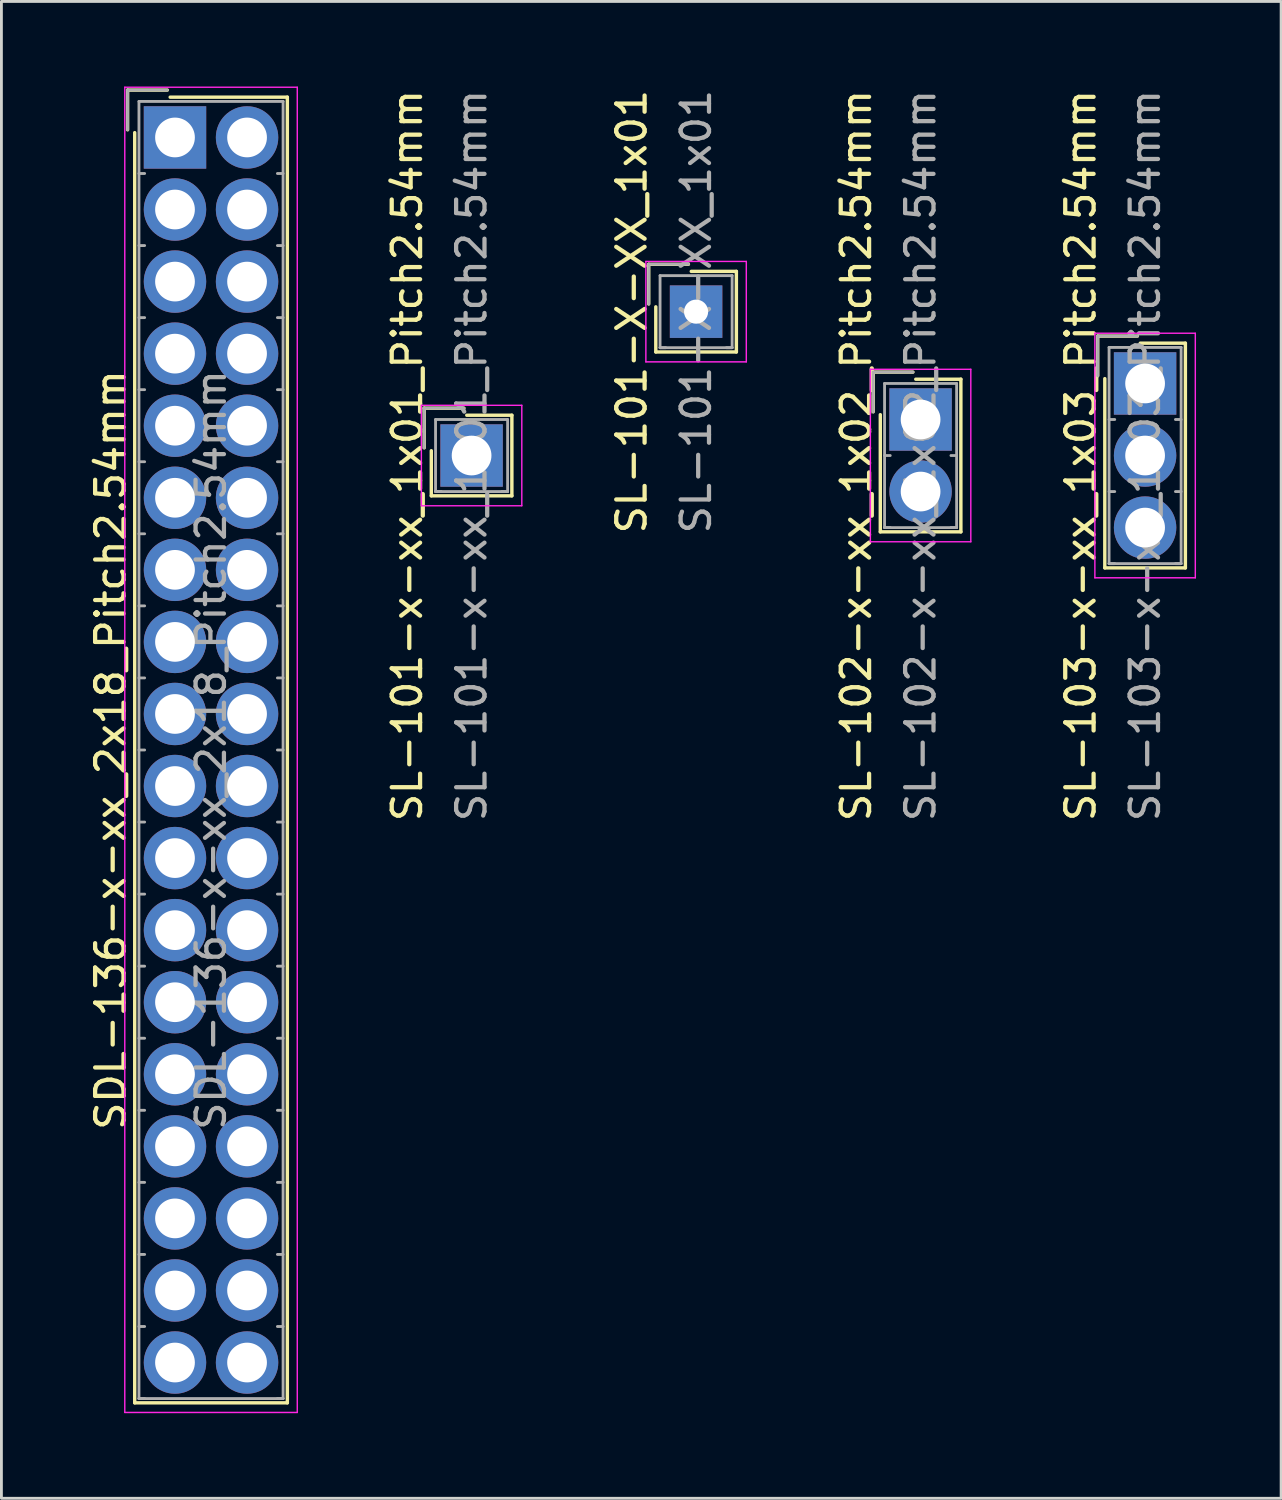
<source format=kicad_pcb>
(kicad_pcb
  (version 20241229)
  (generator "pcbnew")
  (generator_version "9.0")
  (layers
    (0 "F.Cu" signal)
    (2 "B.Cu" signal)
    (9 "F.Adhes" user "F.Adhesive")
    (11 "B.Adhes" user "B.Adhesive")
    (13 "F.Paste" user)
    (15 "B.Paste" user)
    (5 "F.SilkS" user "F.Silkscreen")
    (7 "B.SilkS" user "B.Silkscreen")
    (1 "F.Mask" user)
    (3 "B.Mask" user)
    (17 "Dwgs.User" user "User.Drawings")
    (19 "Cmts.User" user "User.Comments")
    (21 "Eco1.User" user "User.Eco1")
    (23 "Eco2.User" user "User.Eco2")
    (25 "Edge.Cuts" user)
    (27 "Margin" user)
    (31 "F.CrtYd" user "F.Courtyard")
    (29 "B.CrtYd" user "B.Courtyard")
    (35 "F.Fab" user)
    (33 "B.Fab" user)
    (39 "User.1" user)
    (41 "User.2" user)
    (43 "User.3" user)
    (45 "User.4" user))
  (footprint "SL-101-X-XX_1x01"
    (layer "F.Cu")
    (at 21.485 7.935)
    (property "Reference" "SL-101-X-XX_1x01" (at -2.27 0 90) (layer "F.SilkS") (effects (font (size 1 1) (thickness 0.15))))
    (attr through_hole)
    (fp_line (start -1.67 -1.67) (end -1.67 -0.27) (stroke (width 0.12) (type solid)) (layer "F.SilkS"))
    (fp_line (start -1.42 1.42) (end -1.42 -0.17) (stroke (width 0.12) (type solid)) (layer "F.SilkS"))
    (fp_line (start -0.27 -1.67) (end -1.67 -1.67) (stroke (width 0.12) (type solid)) (layer "F.SilkS"))
    (fp_line (start -0.17 -1.42) (end 1.42 -1.42) (stroke (width 0.12) (type solid)) (layer "F.SilkS"))
    (fp_line (start 1.42 -1.42) (end 1.42 1.42) (stroke (width 0.12) (type solid)) (layer "F.SilkS"))
    (fp_line (start 1.42 1.42) (end -1.42 1.42) (stroke (width 0.12) (type solid)) (layer "F.SilkS"))
    (fp_line (start -1.77 -1.77) (end -1.77 1.77) (stroke (width 0.05) (type solid)) (layer "F.CrtYd"))
    (fp_line (start -1.77 1.77) (end 1.77 1.77) (stroke (width 0.05) (type solid)) (layer "F.CrtYd"))
    (fp_line (start 1.77 -1.77) (end -1.77 -1.77) (stroke (width 0.05) (type solid)) (layer "F.CrtYd"))
    (fp_line (start 1.77 1.77) (end 1.77 -1.77) (stroke (width 0.05) (type solid)) (layer "F.CrtYd"))
    (fp_line (start -1.67 -1.67) (end -1.67 -0.27) (stroke (width 0.1) (type solid)) (layer "F.Fab"))
    (fp_line (start -1.27 -1.27) (end -1.27 1.27) (stroke (width 0.1) (type solid)) (layer "F.Fab"))
    (fp_line (start -1.27 1.27) (end -1.07 1.27) (stroke (width 0.1) (type solid)) (layer "F.Fab"))
    (fp_line (start -1.27 1.27) (end 1.27 1.27) (stroke (width 0.1) (type solid)) (layer "F.Fab"))
    (fp_line (start -0.27 -1.67) (end -1.67 -1.67) (stroke (width 0.1) (type solid)) (layer "F.Fab"))
    (fp_line (start 1.27 -1.27) (end -1.27 -1.27) (stroke (width 0.1) (type solid)) (layer "F.Fab"))
    (fp_line (start 1.27 1.27) (end 1.07 1.27) (stroke (width 0.1) (type solid)) (layer "F.Fab"))
    (fp_line (start 1.27 1.27) (end 1.27 -1.27) (stroke (width 0.1) (type solid)) (layer "F.Fab"))
    (fp_text user "${REFERENCE}" (at 0 0 90) (layer "F.Fab") (effects (font (size 1 1) (thickness 0.15))))
    (pad "1" thru_hole rect (at 0 0) (size 1.85 1.85) (drill 0.85) (layers "*.Cu" "*.Mask")))
  (footprint "SDL-136-x-xx_2x18_Pitch2.54mm"
    (layer "F.Cu")
    (at 3.118 1.795)
    (property "Reference" "SDL-136-x-xx_2x18_Pitch2.54mm" (at -2.27 21.59 90) (layer "F.SilkS") (effects (font (size 1 1) (thickness 0.15))))
    (attr through_hole)
    (fp_line (start -1.67 -1.67) (end -1.67 -0.27) (stroke (width 0.12) (type solid)) (layer "F.SilkS"))
    (fp_line (start -1.42 44.6) (end -1.42 -0.17) (stroke (width 0.12) (type solid)) (layer "F.SilkS"))
    (fp_line (start -0.27 -1.67) (end -1.67 -1.67) (stroke (width 0.12) (type solid)) (layer "F.SilkS"))
    (fp_line (start -0.17 -1.42) (end 3.96 -1.42) (stroke (width 0.12) (type solid)) (layer "F.SilkS"))
    (fp_line (start 3.96 -1.42) (end 3.96 44.6) (stroke (width 0.12) (type solid)) (layer "F.SilkS"))
    (fp_line (start 3.96 44.6) (end -1.42 44.6) (stroke (width 0.12) (type solid)) (layer "F.SilkS"))
    (fp_line (start -1.77 -1.77) (end -1.77 44.94) (stroke (width 0.05) (type solid)) (layer "F.CrtYd"))
    (fp_line (start -1.77 44.94) (end 4.31 44.94) (stroke (width 0.05) (type solid)) (layer "F.CrtYd"))
    (fp_line (start 4.31 -1.77) (end -1.77 -1.77) (stroke (width 0.05) (type solid)) (layer "F.CrtYd"))
    (fp_line (start 4.31 44.94) (end 4.31 -1.77) (stroke (width 0.05) (type solid)) (layer "F.CrtYd"))
    (fp_line (start -1.67 -1.67) (end -1.67 -0.27) (stroke (width 0.1) (type solid)) (layer "F.Fab"))
    (fp_line (start -1.27 -1.27) (end -1.27 44.45) (stroke (width 0.1) (type solid)) (layer "F.Fab"))
    (fp_line (start -1.27 1.27) (end -1.07 1.27) (stroke (width 0.1) (type solid)) (layer "F.Fab"))
    (fp_line (start -1.27 3.81) (end -1.07 3.81) (stroke (width 0.1) (type solid)) (layer "F.Fab"))
    (fp_line (start -1.27 6.35) (end -1.07 6.35) (stroke (width 0.1) (type solid)) (layer "F.Fab"))
    (fp_line (start -1.27 8.89) (end -1.07 8.89) (stroke (width 0.1) (type solid)) (layer "F.Fab"))
    (fp_line (start -1.27 11.43) (end -1.07 11.43) (stroke (width 0.1) (type solid)) (layer "F.Fab"))
    (fp_line (start -1.27 13.97) (end -1.07 13.97) (stroke (width 0.1) (type solid)) (layer "F.Fab"))
    (fp_line (start -1.27 16.51) (end -1.07 16.51) (stroke (width 0.1) (type solid)) (layer "F.Fab"))
    (fp_line (start -1.27 19.05) (end -1.07 19.05) (stroke (width 0.1) (type solid)) (layer "F.Fab"))
    (fp_line (start -1.27 21.59) (end -1.07 21.59) (stroke (width 0.1) (type solid)) (layer "F.Fab"))
    (fp_line (start -1.27 24.13) (end -1.07 24.13) (stroke (width 0.1) (type solid)) (layer "F.Fab"))
    (fp_line (start -1.27 26.67) (end -1.07 26.67) (stroke (width 0.1) (type solid)) (layer "F.Fab"))
    (fp_line (start -1.27 29.21) (end -1.07 29.21) (stroke (width 0.1) (type solid)) (layer "F.Fab"))
    (fp_line (start -1.27 31.75) (end -1.07 31.75) (stroke (width 0.1) (type solid)) (layer "F.Fab"))
    (fp_line (start -1.27 34.29) (end -1.07 34.29) (stroke (width 0.1) (type solid)) (layer "F.Fab"))
    (fp_line (start -1.27 36.83) (end -1.07 36.83) (stroke (width 0.1) (type solid)) (layer "F.Fab"))
    (fp_line (start -1.27 39.37) (end -1.07 39.37) (stroke (width 0.1) (type solid)) (layer "F.Fab"))
    (fp_line (start -1.27 41.91) (end -1.07 41.91) (stroke (width 0.1) (type solid)) (layer "F.Fab"))
    (fp_line (start -1.27 44.45) (end -1.07 44.45) (stroke (width 0.1) (type solid)) (layer "F.Fab"))
    (fp_line (start -1.27 44.45) (end 3.81 44.45) (stroke (width 0.1) (type solid)) (layer "F.Fab"))
    (fp_line (start -0.27 -1.67) (end -1.67 -1.67) (stroke (width 0.1) (type solid)) (layer "F.Fab"))
    (fp_line (start 3.81 -1.27) (end -1.27 -1.27) (stroke (width 0.1) (type solid)) (layer "F.Fab"))
    (fp_line (start 3.81 1.27) (end 3.61 1.27) (stroke (width 0.1) (type solid)) (layer "F.Fab"))
    (fp_line (start 3.81 3.81) (end 3.61 3.81) (stroke (width 0.1) (type solid)) (layer "F.Fab"))
    (fp_line (start 3.81 6.35) (end 3.61 6.35) (stroke (width 0.1) (type solid)) (layer "F.Fab"))
    (fp_line (start 3.81 8.89) (end 3.61 8.89) (stroke (width 0.1) (type solid)) (layer "F.Fab"))
    (fp_line (start 3.81 11.43) (end 3.61 11.43) (stroke (width 0.1) (type solid)) (layer "F.Fab"))
    (fp_line (start 3.81 13.97) (end 3.61 13.97) (stroke (width 0.1) (type solid)) (layer "F.Fab"))
    (fp_line (start 3.81 16.51) (end 3.61 16.51) (stroke (width 0.1) (type solid)) (layer "F.Fab"))
    (fp_line (start 3.81 19.05) (end 3.61 19.05) (stroke (width 0.1) (type solid)) (layer "F.Fab"))
    (fp_line (start 3.81 21.59) (end 3.61 21.59) (stroke (width 0.1) (type solid)) (layer "F.Fab"))
    (fp_line (start 3.81 24.13) (end 3.61 24.13) (stroke (width 0.1) (type solid)) (layer "F.Fab"))
    (fp_line (start 3.81 26.67) (end 3.61 26.67) (stroke (width 0.1) (type solid)) (layer "F.Fab"))
    (fp_line (start 3.81 29.21) (end 3.61 29.21) (stroke (width 0.1) (type solid)) (layer "F.Fab"))
    (fp_line (start 3.81 31.75) (end 3.61 31.75) (stroke (width 0.1) (type solid)) (layer "F.Fab"))
    (fp_line (start 3.81 34.29) (end 3.61 34.29) (stroke (width 0.1) (type solid)) (layer "F.Fab"))
    (fp_line (start 3.81 36.83) (end 3.61 36.83) (stroke (width 0.1) (type solid)) (layer "F.Fab"))
    (fp_line (start 3.81 39.37) (end 3.61 39.37) (stroke (width 0.1) (type solid)) (layer "F.Fab"))
    (fp_line (start 3.81 41.91) (end 3.61 41.91) (stroke (width 0.1) (type solid)) (layer "F.Fab"))
    (fp_line (start 3.81 44.45) (end 3.61 44.45) (stroke (width 0.1) (type solid)) (layer "F.Fab"))
    (fp_line (start 3.81 44.45) (end 3.81 -1.27) (stroke (width 0.1) (type solid)) (layer "F.Fab"))
    (fp_text user "${REFERENCE}" (at 1.27 21.59 90) (layer "F.Fab") (effects (font (size 1 1) (thickness 0.15))))
    (pad "1" thru_hole rect (at 0 0) (size 2.2 2.2) (drill 1.4) (layers "*.Cu" "*.Mask"))
    (pad "2" thru_hole circle (at 2.54 0) (size 2.2 2.2) (drill 1.4) (layers "*.Cu" "*.Mask"))
    (pad "3" thru_hole circle (at 0 2.54) (size 2.2 2.2) (drill 1.4) (layers "*.Cu" "*.Mask"))
    (pad "4" thru_hole circle (at 2.54 2.54) (size 2.2 2.2) (drill 1.4) (layers "*.Cu" "*.Mask"))
    (pad "5" thru_hole circle (at 0 5.08) (size 2.2 2.2) (drill 1.4) (layers "*.Cu" "*.Mask"))
    (pad "6" thru_hole circle (at 2.54 5.08) (size 2.2 2.2) (drill 1.4) (layers "*.Cu" "*.Mask"))
    (pad "7" thru_hole circle (at 0 7.62) (size 2.2 2.2) (drill 1.4) (layers "*.Cu" "*.Mask"))
    (pad "8" thru_hole circle (at 2.54 7.62) (size 2.2 2.2) (drill 1.4) (layers "*.Cu" "*.Mask"))
    (pad "9" thru_hole circle (at 0 10.16) (size 2.2 2.2) (drill 1.4) (layers "*.Cu" "*.Mask"))
    (pad "10" thru_hole circle (at 2.54 10.16) (size 2.2 2.2) (drill 1.4) (layers "*.Cu" "*.Mask"))
    (pad "11" thru_hole circle (at 0 12.7) (size 2.2 2.2) (drill 1.4) (layers "*.Cu" "*.Mask"))
    (pad "12" thru_hole circle (at 2.54 12.7) (size 2.2 2.2) (drill 1.4) (layers "*.Cu" "*.Mask"))
    (pad "13" thru_hole circle (at 0 15.24) (size 2.2 2.2) (drill 1.4) (layers "*.Cu" "*.Mask"))
    (pad "14" thru_hole circle (at 2.54 15.24) (size 2.2 2.2) (drill 1.4) (layers "*.Cu" "*.Mask"))
    (pad "15" thru_hole circle (at 0 17.78) (size 2.2 2.2) (drill 1.4) (layers "*.Cu" "*.Mask"))
    (pad "16" thru_hole circle (at 2.54 17.78) (size 2.2 2.2) (drill 1.4) (layers "*.Cu" "*.Mask"))
    (pad "17" thru_hole circle (at 0 20.32) (size 2.2 2.2) (drill 1.4) (layers "*.Cu" "*.Mask"))
    (pad "18" thru_hole circle (at 2.54 20.32) (size 2.2 2.2) (drill 1.4) (layers "*.Cu" "*.Mask"))
    (pad "19" thru_hole circle (at 0 22.86) (size 2.2 2.2) (drill 1.4) (layers "*.Cu" "*.Mask"))
    (pad "20" thru_hole circle (at 2.54 22.86) (size 2.2 2.2) (drill 1.4) (layers "*.Cu" "*.Mask"))
    (pad "21" thru_hole circle (at 0 25.4) (size 2.2 2.2) (drill 1.4) (layers "*.Cu" "*.Mask"))
    (pad "22" thru_hole circle (at 2.54 25.4) (size 2.2 2.2) (drill 1.4) (layers "*.Cu" "*.Mask"))
    (pad "23" thru_hole circle (at 0 27.94) (size 2.2 2.2) (drill 1.4) (layers "*.Cu" "*.Mask"))
    (pad "24" thru_hole circle (at 2.54 27.94) (size 2.2 2.2) (drill 1.4) (layers "*.Cu" "*.Mask"))
    (pad "25" thru_hole circle (at 0 30.48) (size 2.2 2.2) (drill 1.4) (layers "*.Cu" "*.Mask"))
    (pad "26" thru_hole circle (at 2.54 30.48) (size 2.2 2.2) (drill 1.4) (layers "*.Cu" "*.Mask"))
    (pad "27" thru_hole circle (at 0 33.02) (size 2.2 2.2) (drill 1.4) (layers "*.Cu" "*.Mask"))
    (pad "28" thru_hole circle (at 2.54 33.02) (size 2.2 2.2) (drill 1.4) (layers "*.Cu" "*.Mask"))
    (pad "29" thru_hole circle (at 0 35.56) (size 2.2 2.2) (drill 1.4) (layers "*.Cu" "*.Mask"))
    (pad "30" thru_hole circle (at 2.54 35.56) (size 2.2 2.2) (drill 1.4) (layers "*.Cu" "*.Mask"))
    (pad "31" thru_hole circle (at 0 38.1) (size 2.2 2.2) (drill 1.4) (layers "*.Cu" "*.Mask"))
    (pad "32" thru_hole circle (at 2.54 38.1) (size 2.2 2.2) (drill 1.4) (layers "*.Cu" "*.Mask"))
    (pad "33" thru_hole circle (at 0 40.64) (size 2.2 2.2) (drill 1.4) (layers "*.Cu" "*.Mask"))
    (pad "34" thru_hole circle (at 2.54 40.64) (size 2.2 2.2) (drill 1.4) (layers "*.Cu" "*.Mask"))
    (pad "35" thru_hole circle (at 0 43.18) (size 2.2 2.2) (drill 1.4) (layers "*.Cu" "*.Mask"))
    (pad "36" thru_hole circle (at 2.54 43.18) (size 2.2 2.2) (drill 1.4) (layers "*.Cu" "*.Mask")))
  (footprint "SL-102-x-xx_1x02_Pitch2.54mm"
    (layer "F.Cu")
    (at 29.398 11.736)
    (property "Reference" "SL-102-x-xx_1x02_Pitch2.54mm" (at -2.27 1.27 90) (layer "F.SilkS") (effects (font (size 1 1) (thickness 0.15))))
    (attr through_hole)
    (fp_line (start -1.67 -1.67) (end -1.67 -0.27) (stroke (width 0.12) (type solid)) (layer "F.SilkS"))
    (fp_line (start -1.42 3.96) (end -1.42 -0.17) (stroke (width 0.12) (type solid)) (layer "F.SilkS"))
    (fp_line (start -0.27 -1.67) (end -1.67 -1.67) (stroke (width 0.12) (type solid)) (layer "F.SilkS"))
    (fp_line (start -0.17 -1.42) (end 1.42 -1.42) (stroke (width 0.12) (type solid)) (layer "F.SilkS"))
    (fp_line (start 1.42 -1.42) (end 1.42 3.96) (stroke (width 0.12) (type solid)) (layer "F.SilkS"))
    (fp_line (start 1.42 3.96) (end -1.42 3.96) (stroke (width 0.12) (type solid)) (layer "F.SilkS"))
    (fp_line (start -1.77 -1.77) (end -1.77 4.31) (stroke (width 0.05) (type solid)) (layer "F.CrtYd"))
    (fp_line (start -1.77 4.31) (end 1.77 4.31) (stroke (width 0.05) (type solid)) (layer "F.CrtYd"))
    (fp_line (start 1.77 -1.77) (end -1.77 -1.77) (stroke (width 0.05) (type solid)) (layer "F.CrtYd"))
    (fp_line (start 1.77 4.31) (end 1.77 -1.77) (stroke (width 0.05) (type solid)) (layer "F.CrtYd"))
    (fp_line (start -1.67 -1.67) (end -1.67 -0.27) (stroke (width 0.1) (type solid)) (layer "F.Fab"))
    (fp_line (start -1.27 -1.27) (end -1.27 3.81) (stroke (width 0.1) (type solid)) (layer "F.Fab"))
    (fp_line (start -1.27 1.27) (end -1.07 1.27) (stroke (width 0.1) (type solid)) (layer "F.Fab"))
    (fp_line (start -1.27 3.81) (end -1.07 3.81) (stroke (width 0.1) (type solid)) (layer "F.Fab"))
    (fp_line (start -1.27 3.81) (end 1.27 3.81) (stroke (width 0.1) (type solid)) (layer "F.Fab"))
    (fp_line (start -0.27 -1.67) (end -1.67 -1.67) (stroke (width 0.1) (type solid)) (layer "F.Fab"))
    (fp_line (start 1.27 -1.27) (end -1.27 -1.27) (stroke (width 0.1) (type solid)) (layer "F.Fab"))
    (fp_line (start 1.27 1.27) (end 1.07 1.27) (stroke (width 0.1) (type solid)) (layer "F.Fab"))
    (fp_line (start 1.27 3.81) (end 1.07 3.81) (stroke (width 0.1) (type solid)) (layer "F.Fab"))
    (fp_line (start 1.27 3.81) (end 1.27 -1.27) (stroke (width 0.1) (type solid)) (layer "F.Fab"))
    (fp_text user "${REFERENCE}" (at 0 1.27 90) (layer "F.Fab") (effects (font (size 1 1) (thickness 0.15))))
    (pad "1" thru_hole rect (at 0 0) (size 2.2 2.2) (drill 1.4) (layers "*.Cu" "*.Mask"))
    (pad "2" thru_hole circle (at 0 2.54) (size 2.2 2.2) (drill 1.4) (layers "*.Cu" "*.Mask")))
  (footprint "SL-101-x-xx_1x01_Pitch2.54mm"
    (layer "F.Cu")
    (at 13.572 13.006)
    (property "Reference" "SL-101-x-xx_1x01_Pitch2.54mm" (at -2.27 0 90) (layer "F.SilkS") (effects (font (size 1 1) (thickness 0.15))))
    (attr through_hole)
    (fp_line (start -1.67 -1.67) (end -1.67 -0.27) (stroke (width 0.12) (type solid)) (layer "F.SilkS"))
    (fp_line (start -1.42 1.42) (end -1.42 -0.17) (stroke (width 0.12) (type solid)) (layer "F.SilkS"))
    (fp_line (start -0.27 -1.67) (end -1.67 -1.67) (stroke (width 0.12) (type solid)) (layer "F.SilkS"))
    (fp_line (start -0.17 -1.42) (end 1.42 -1.42) (stroke (width 0.12) (type solid)) (layer "F.SilkS"))
    (fp_line (start 1.42 -1.42) (end 1.42 1.42) (stroke (width 0.12) (type solid)) (layer "F.SilkS"))
    (fp_line (start 1.42 1.42) (end -1.42 1.42) (stroke (width 0.12) (type solid)) (layer "F.SilkS"))
    (fp_line (start -1.77 -1.77) (end -1.77 1.77) (stroke (width 0.05) (type solid)) (layer "F.CrtYd"))
    (fp_line (start -1.77 1.77) (end 1.77 1.77) (stroke (width 0.05) (type solid)) (layer "F.CrtYd"))
    (fp_line (start 1.77 -1.77) (end -1.77 -1.77) (stroke (width 0.05) (type solid)) (layer "F.CrtYd"))
    (fp_line (start 1.77 1.77) (end 1.77 -1.77) (stroke (width 0.05) (type solid)) (layer "F.CrtYd"))
    (fp_line (start -1.67 -1.67) (end -1.67 -0.27) (stroke (width 0.1) (type solid)) (layer "F.Fab"))
    (fp_line (start -1.27 -1.27) (end -1.27 1.27) (stroke (width 0.1) (type solid)) (layer "F.Fab"))
    (fp_line (start -1.27 1.27) (end -1.07 1.27) (stroke (width 0.1) (type solid)) (layer "F.Fab"))
    (fp_line (start -1.27 1.27) (end 1.27 1.27) (stroke (width 0.1) (type solid)) (layer "F.Fab"))
    (fp_line (start -0.27 -1.67) (end -1.67 -1.67) (stroke (width 0.1) (type solid)) (layer "F.Fab"))
    (fp_line (start 1.27 -1.27) (end -1.27 -1.27) (stroke (width 0.1) (type solid)) (layer "F.Fab"))
    (fp_line (start 1.27 1.27) (end 1.07 1.27) (stroke (width 0.1) (type solid)) (layer "F.Fab"))
    (fp_line (start 1.27 1.27) (end 1.27 -1.27) (stroke (width 0.1) (type solid)) (layer "F.Fab"))
    (fp_text user "${REFERENCE}" (at 0 0 90) (layer "F.Fab") (effects (font (size 1 1) (thickness 0.15))))
    (pad "1" thru_hole rect (at 0 0) (size 2.2 2.2) (drill 1.4) (layers "*.Cu" "*.Mask")))
  (footprint "SL-103-x-xx_1x03_Pitch2.54mm"
    (layer "F.Cu")
    (at 37.311 10.466)
    (property "Reference" "SL-103-x-xx_1x03_Pitch2.54mm" (at -2.27 2.54 90) (layer "F.SilkS") (effects (font (size 1 1) (thickness 0.15))))
    (attr through_hole)
    (fp_line (start -1.67 -1.67) (end -1.67 -0.27) (stroke (width 0.12) (type solid)) (layer "F.SilkS"))
    (fp_line (start -1.42 6.5) (end -1.42 -0.17) (stroke (width 0.12) (type solid)) (layer "F.SilkS"))
    (fp_line (start -0.27 -1.67) (end -1.67 -1.67) (stroke (width 0.12) (type solid)) (layer "F.SilkS"))
    (fp_line (start -0.17 -1.42) (end 1.42 -1.42) (stroke (width 0.12) (type solid)) (layer "F.SilkS"))
    (fp_line (start 1.42 -1.42) (end 1.42 6.5) (stroke (width 0.12) (type solid)) (layer "F.SilkS"))
    (fp_line (start 1.42 6.5) (end -1.42 6.5) (stroke (width 0.12) (type solid)) (layer "F.SilkS"))
    (fp_line (start -1.77 -1.77) (end -1.77 6.85) (stroke (width 0.05) (type solid)) (layer "F.CrtYd"))
    (fp_line (start -1.77 6.85) (end 1.77 6.85) (stroke (width 0.05) (type solid)) (layer "F.CrtYd"))
    (fp_line (start 1.77 -1.77) (end -1.77 -1.77) (stroke (width 0.05) (type solid)) (layer "F.CrtYd"))
    (fp_line (start 1.77 6.85) (end 1.77 -1.77) (stroke (width 0.05) (type solid)) (layer "F.CrtYd"))
    (fp_line (start -1.67 -1.67) (end -1.67 -0.27) (stroke (width 0.1) (type solid)) (layer "F.Fab"))
    (fp_line (start -1.27 -1.27) (end -1.27 6.35) (stroke (width 0.1) (type solid)) (layer "F.Fab"))
    (fp_line (start -1.27 1.27) (end -1.07 1.27) (stroke (width 0.1) (type solid)) (layer "F.Fab"))
    (fp_line (start -1.27 3.81) (end -1.07 3.81) (stroke (width 0.1) (type solid)) (layer "F.Fab"))
    (fp_line (start -1.27 6.35) (end -1.07 6.35) (stroke (width 0.1) (type solid)) (layer "F.Fab"))
    (fp_line (start -1.27 6.35) (end 1.27 6.35) (stroke (width 0.1) (type solid)) (layer "F.Fab"))
    (fp_line (start -0.27 -1.67) (end -1.67 -1.67) (stroke (width 0.1) (type solid)) (layer "F.Fab"))
    (fp_line (start 1.27 -1.27) (end -1.27 -1.27) (stroke (width 0.1) (type solid)) (layer "F.Fab"))
    (fp_line (start 1.27 1.27) (end 1.07 1.27) (stroke (width 0.1) (type solid)) (layer "F.Fab"))
    (fp_line (start 1.27 3.81) (end 1.07 3.81) (stroke (width 0.1) (type solid)) (layer "F.Fab"))
    (fp_line (start 1.27 6.35) (end 1.07 6.35) (stroke (width 0.1) (type solid)) (layer "F.Fab"))
    (fp_line (start 1.27 6.35) (end 1.27 -1.27) (stroke (width 0.1) (type solid)) (layer "F.Fab"))
    (fp_text user "${REFERENCE}" (at 0 2.54 90) (layer "F.Fab") (effects (font (size 1 1) (thickness 0.15))))
    (pad "1" thru_hole rect (at 0 0) (size 2.2 2.2) (drill 1.4) (layers "*.Cu" "*.Mask"))
    (pad "2" thru_hole circle (at 0 2.54) (size 2.2 2.2) (drill 1.4) (layers "*.Cu" "*.Mask"))
    (pad "3" thru_hole circle (at 0 5.08) (size 2.2 2.2) (drill 1.4) (layers "*.Cu" "*.Mask")))
  (gr_rect
    (start -3 -3)
    (end 42.106 49.76)
    (stroke (width 0.1) (type default))
    (fill no)
    (layer "Edge.Cuts")))
</source>
